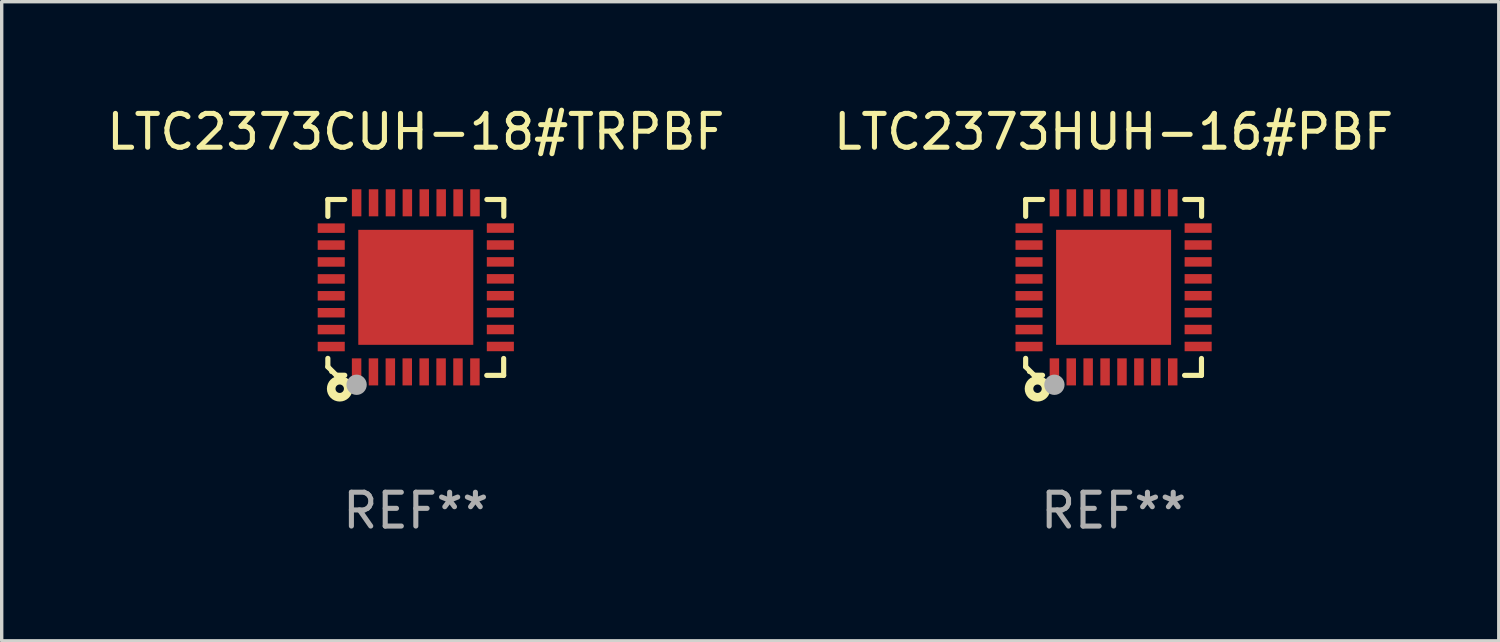
<source format=kicad_pcb>
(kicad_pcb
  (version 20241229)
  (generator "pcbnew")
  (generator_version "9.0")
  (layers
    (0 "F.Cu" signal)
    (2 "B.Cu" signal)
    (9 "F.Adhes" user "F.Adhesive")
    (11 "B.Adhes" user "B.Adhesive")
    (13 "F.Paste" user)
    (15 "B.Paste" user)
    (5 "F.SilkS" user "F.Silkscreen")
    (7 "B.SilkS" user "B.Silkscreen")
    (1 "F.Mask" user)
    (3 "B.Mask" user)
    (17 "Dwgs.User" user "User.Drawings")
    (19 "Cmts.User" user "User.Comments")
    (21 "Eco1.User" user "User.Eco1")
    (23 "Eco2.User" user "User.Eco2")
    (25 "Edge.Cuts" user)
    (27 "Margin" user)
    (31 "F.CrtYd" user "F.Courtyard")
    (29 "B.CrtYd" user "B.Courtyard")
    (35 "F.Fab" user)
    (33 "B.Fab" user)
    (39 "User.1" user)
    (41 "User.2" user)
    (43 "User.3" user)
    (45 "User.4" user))
  (footprint "LTC2373HUH-16#PBF"
    (layer "F.Cu")
    (at 29.875 5.448)
    (property "Reference" "LTC2373HUH-16#PBF" (at 0 -4.6 0) (layer "F.SilkS") (effects (font (size 1 1) (thickness 0.15))))
    (attr through_hole)
    (fp_line (start -2.601 2.097) (end -2.601 2.347) (stroke (width 0.152) (type solid)) (layer "F.SilkS"))
    (fp_line (start -2.601 2.347) (end -2.351 2.597) (stroke (width 0.152) (type solid)) (layer "F.SilkS"))
    (fp_line (start -2.601 -2.6) (end -2.601 -2.1) (stroke (width 0.152) (type solid)) (layer "F.SilkS"))
    (fp_line (start -2.601 -2.6) (end -2.101 -2.6) (stroke (width 0.152) (type solid)) (layer "F.SilkS"))
    (fp_line (start -2.351 2.597) (end -2.101 2.597) (stroke (width 0.152) (type solid)) (layer "F.SilkS"))
    (fp_line (start 2.597 2.6) (end 2.097 2.6) (stroke (width 0.152) (type solid)) (layer "F.SilkS"))
    (fp_line (start 2.597 2.6) (end 2.597 2.1) (stroke (width 0.152) (type solid)) (layer "F.SilkS"))
    (fp_line (start 2.601 -2.6) (end 2.101 -2.6) (stroke (width 0.152) (type solid)) (layer "F.SilkS"))
    (fp_line (start 2.601 -2.6) (end 2.601 -2.1) (stroke (width 0.152) (type solid)) (layer "F.SilkS"))
    (fp_circle (center -2.501 2.497) (end -2.471 2.497) (stroke (width 0.06) (type solid)) (fill no) (layer "F.SilkS"))
    (fp_circle (center -2.25 2.995) (end -2.125 2.995) (stroke (width 0.254) (type solid)) (fill no) (layer "F.SilkS"))
    (fp_circle (center -1.751 2.878) (end -1.601 2.878) (stroke (width 0.3) (type solid)) (fill no) (layer "F.Fab"))
    (fp_text user "REF**" (at 0 6.6 0) (layer "F.Fab") (effects (font (size 1 1) (thickness 0.15))))
    (pad "1" smd rect (at -1.751 2.497) (size 0.28 0.8) (layers "F.Cu" "F.Mask" "F.Paste"))
    (pad "2" smd rect (at -1.253 2.497) (size 0.28 0.8) (layers "F.Cu" "F.Mask" "F.Paste"))
    (pad "3" smd rect (at -0.753 2.497) (size 0.28 0.8) (layers "F.Cu" "F.Mask" "F.Paste"))
    (pad "4" smd rect (at -0.253 2.497) (size 0.28 0.8) (layers "F.Cu" "F.Mask" "F.Paste"))
    (pad "5" smd rect (at 0.247 2.497) (size 0.28 0.8) (layers "F.Cu" "F.Mask" "F.Paste"))
    (pad "6" smd rect (at 0.747 2.497) (size 0.28 0.8) (layers "F.Cu" "F.Mask" "F.Paste"))
    (pad "7" smd rect (at 1.247 2.497) (size 0.28 0.8) (layers "F.Cu" "F.Mask" "F.Paste"))
    (pad "8" smd rect (at 1.747 2.497) (size 0.28 0.8) (layers "F.Cu" "F.Mask" "F.Paste"))
    (pad "9" smd rect (at 2.499 1.746) (size 0.8 0.28) (layers "F.Cu" "F.Mask" "F.Paste"))
    (pad "10" smd rect (at 2.499 1.245) (size 0.8 0.28) (layers "F.Cu" "F.Mask" "F.Paste"))
    (pad "11" smd rect (at 2.499 0.746) (size 0.8 0.28) (layers "F.Cu" "F.Mask" "F.Paste"))
    (pad "12" smd rect (at 2.499 0.245) (size 0.8 0.28) (layers "F.Cu" "F.Mask" "F.Paste"))
    (pad "13" smd rect (at 2.499 -0.254) (size 0.8 0.28) (layers "F.Cu" "F.Mask" "F.Paste"))
    (pad "14" smd rect (at 2.499 -0.755) (size 0.8 0.28) (layers "F.Cu" "F.Mask" "F.Paste"))
    (pad "15" smd rect (at 2.499 -1.254) (size 0.8 0.28) (layers "F.Cu" "F.Mask" "F.Paste"))
    (pad "16" smd rect (at 2.499 -1.755) (size 0.8 0.28) (layers "F.Cu" "F.Mask" "F.Paste"))
    (pad "17" smd rect (at 1.75 -2.502) (size 0.28 0.8) (layers "F.Cu" "F.Mask" "F.Paste"))
    (pad "18" smd rect (at 1.25 -2.502) (size 0.28 0.8) (layers "F.Cu" "F.Mask" "F.Paste"))
    (pad "19" smd rect (at 0.75 -2.502) (size 0.28 0.8) (layers "F.Cu" "F.Mask" "F.Paste"))
    (pad "20" smd rect (at 0.25 -2.502) (size 0.28 0.8) (layers "F.Cu" "F.Mask" "F.Paste"))
    (pad "21" smd rect (at -0.25 -2.502) (size 0.28 0.8) (layers "F.Cu" "F.Mask" "F.Paste"))
    (pad "22" smd rect (at -0.75 -2.502) (size 0.28 0.8) (layers "F.Cu" "F.Mask" "F.Paste"))
    (pad "23" smd rect (at -1.25 -2.502) (size 0.28 0.8) (layers "F.Cu" "F.Mask" "F.Paste"))
    (pad "24" smd rect (at -1.75 -2.502) (size 0.28 0.8) (layers "F.Cu" "F.Mask" "F.Paste"))
    (pad "25" smd rect (at -2.501 -1.753) (size 0.8 0.28) (layers "F.Cu" "F.Mask" "F.Paste"))
    (pad "26" smd rect (at -2.501 -1.252) (size 0.8 0.28) (layers "F.Cu" "F.Mask" "F.Paste"))
    (pad "27" smd rect (at -2.501 -0.753) (size 0.8 0.28) (layers "F.Cu" "F.Mask" "F.Paste"))
    (pad "28" smd rect (at -2.501 -0.252) (size 0.8 0.28) (layers "F.Cu" "F.Mask" "F.Paste"))
    (pad "29" smd rect (at -2.501 0.247) (size 0.8 0.28) (layers "F.Cu" "F.Mask" "F.Paste"))
    (pad "30" smd rect (at -2.501 0.748) (size 0.8 0.28) (layers "F.Cu" "F.Mask" "F.Paste"))
    (pad "31" smd rect (at -2.501 1.247) (size 0.8 0.28) (layers "F.Cu" "F.Mask" "F.Paste"))
    (pad "32" smd rect (at -2.501 1.748) (size 0.8 0.28) (layers "F.Cu" "F.Mask" "F.Paste"))
    (pad "33" smd rect (at -0.001 -0.003 180) (size 3.4 3.4) (layers "F.Cu" "F.Mask" "F.Paste")))
  (footprint "LTC2373CUH-18#TRPBF"
    (layer "F.Cu")
    (at 9.244 5.448)
    (property "Reference" "LTC2373CUH-18#TRPBF" (at 0 -4.6 0) (layer "F.SilkS") (effects (font (size 1 1) (thickness 0.15))))
    (attr through_hole)
    (fp_line (start -2.601 2.097) (end -2.601 2.347) (stroke (width 0.152) (type solid)) (layer "F.SilkS"))
    (fp_line (start -2.601 2.347) (end -2.351 2.597) (stroke (width 0.152) (type solid)) (layer "F.SilkS"))
    (fp_line (start -2.601 -2.6) (end -2.601 -2.1) (stroke (width 0.152) (type solid)) (layer "F.SilkS"))
    (fp_line (start -2.601 -2.6) (end -2.101 -2.6) (stroke (width 0.152) (type solid)) (layer "F.SilkS"))
    (fp_line (start -2.351 2.597) (end -2.101 2.597) (stroke (width 0.152) (type solid)) (layer "F.SilkS"))
    (fp_line (start 2.597 2.6) (end 2.097 2.6) (stroke (width 0.152) (type solid)) (layer "F.SilkS"))
    (fp_line (start 2.597 2.6) (end 2.597 2.1) (stroke (width 0.152) (type solid)) (layer "F.SilkS"))
    (fp_line (start 2.601 -2.6) (end 2.101 -2.6) (stroke (width 0.152) (type solid)) (layer "F.SilkS"))
    (fp_line (start 2.601 -2.6) (end 2.601 -2.1) (stroke (width 0.152) (type solid)) (layer "F.SilkS"))
    (fp_circle (center -2.501 2.497) (end -2.471 2.497) (stroke (width 0.06) (type solid)) (fill no) (layer "F.SilkS"))
    (fp_circle (center -2.25 2.995) (end -2.125 2.995) (stroke (width 0.254) (type solid)) (fill no) (layer "F.SilkS"))
    (fp_circle (center -1.751 2.878) (end -1.601 2.878) (stroke (width 0.3) (type solid)) (fill no) (layer "F.Fab"))
    (fp_text user "REF**" (at 0 6.6 0) (layer "F.Fab") (effects (font (size 1 1) (thickness 0.15))))
    (pad "1" smd rect (at -1.751 2.497) (size 0.28 0.8) (layers "F.Cu" "F.Mask" "F.Paste"))
    (pad "2" smd rect (at -1.253 2.497) (size 0.28 0.8) (layers "F.Cu" "F.Mask" "F.Paste"))
    (pad "3" smd rect (at -0.753 2.497) (size 0.28 0.8) (layers "F.Cu" "F.Mask" "F.Paste"))
    (pad "4" smd rect (at -0.253 2.497) (size 0.28 0.8) (layers "F.Cu" "F.Mask" "F.Paste"))
    (pad "5" smd rect (at 0.247 2.497) (size 0.28 0.8) (layers "F.Cu" "F.Mask" "F.Paste"))
    (pad "6" smd rect (at 0.747 2.497) (size 0.28 0.8) (layers "F.Cu" "F.Mask" "F.Paste"))
    (pad "7" smd rect (at 1.247 2.497) (size 0.28 0.8) (layers "F.Cu" "F.Mask" "F.Paste"))
    (pad "8" smd rect (at 1.747 2.497) (size 0.28 0.8) (layers "F.Cu" "F.Mask" "F.Paste"))
    (pad "9" smd rect (at 2.499 1.746) (size 0.8 0.28) (layers "F.Cu" "F.Mask" "F.Paste"))
    (pad "10" smd rect (at 2.499 1.245) (size 0.8 0.28) (layers "F.Cu" "F.Mask" "F.Paste"))
    (pad "11" smd rect (at 2.499 0.746) (size 0.8 0.28) (layers "F.Cu" "F.Mask" "F.Paste"))
    (pad "12" smd rect (at 2.499 0.245) (size 0.8 0.28) (layers "F.Cu" "F.Mask" "F.Paste"))
    (pad "13" smd rect (at 2.499 -0.254) (size 0.8 0.28) (layers "F.Cu" "F.Mask" "F.Paste"))
    (pad "14" smd rect (at 2.499 -0.755) (size 0.8 0.28) (layers "F.Cu" "F.Mask" "F.Paste"))
    (pad "15" smd rect (at 2.499 -1.254) (size 0.8 0.28) (layers "F.Cu" "F.Mask" "F.Paste"))
    (pad "16" smd rect (at 2.499 -1.755) (size 0.8 0.28) (layers "F.Cu" "F.Mask" "F.Paste"))
    (pad "17" smd rect (at 1.75 -2.502) (size 0.28 0.8) (layers "F.Cu" "F.Mask" "F.Paste"))
    (pad "18" smd rect (at 1.25 -2.502) (size 0.28 0.8) (layers "F.Cu" "F.Mask" "F.Paste"))
    (pad "19" smd rect (at 0.75 -2.502) (size 0.28 0.8) (layers "F.Cu" "F.Mask" "F.Paste"))
    (pad "20" smd rect (at 0.25 -2.502) (size 0.28 0.8) (layers "F.Cu" "F.Mask" "F.Paste"))
    (pad "21" smd rect (at -0.25 -2.502) (size 0.28 0.8) (layers "F.Cu" "F.Mask" "F.Paste"))
    (pad "22" smd rect (at -0.75 -2.502) (size 0.28 0.8) (layers "F.Cu" "F.Mask" "F.Paste"))
    (pad "23" smd rect (at -1.25 -2.502) (size 0.28 0.8) (layers "F.Cu" "F.Mask" "F.Paste"))
    (pad "24" smd rect (at -1.75 -2.502) (size 0.28 0.8) (layers "F.Cu" "F.Mask" "F.Paste"))
    (pad "25" smd rect (at -2.501 -1.753) (size 0.8 0.28) (layers "F.Cu" "F.Mask" "F.Paste"))
    (pad "26" smd rect (at -2.501 -1.252) (size 0.8 0.28) (layers "F.Cu" "F.Mask" "F.Paste"))
    (pad "27" smd rect (at -2.501 -0.753) (size 0.8 0.28) (layers "F.Cu" "F.Mask" "F.Paste"))
    (pad "28" smd rect (at -2.501 -0.252) (size 0.8 0.28) (layers "F.Cu" "F.Mask" "F.Paste"))
    (pad "29" smd rect (at -2.501 0.247) (size 0.8 0.28) (layers "F.Cu" "F.Mask" "F.Paste"))
    (pad "30" smd rect (at -2.501 0.748) (size 0.8 0.28) (layers "F.Cu" "F.Mask" "F.Paste"))
    (pad "31" smd rect (at -2.501 1.247) (size 0.8 0.28) (layers "F.Cu" "F.Mask" "F.Paste"))
    (pad "32" smd rect (at -2.501 1.748) (size 0.8 0.28) (layers "F.Cu" "F.Mask" "F.Paste"))
    (pad "33" smd rect (at -0.001 -0.003 180) (size 3.4 3.4) (layers "F.Cu" "F.Mask" "F.Paste")))
  (gr_rect
    (start -3 -3)
    (end 41.262 15.896)
    (stroke (width 0.1) (type default))
    (fill no)
    (layer "Edge.Cuts")))
</source>
